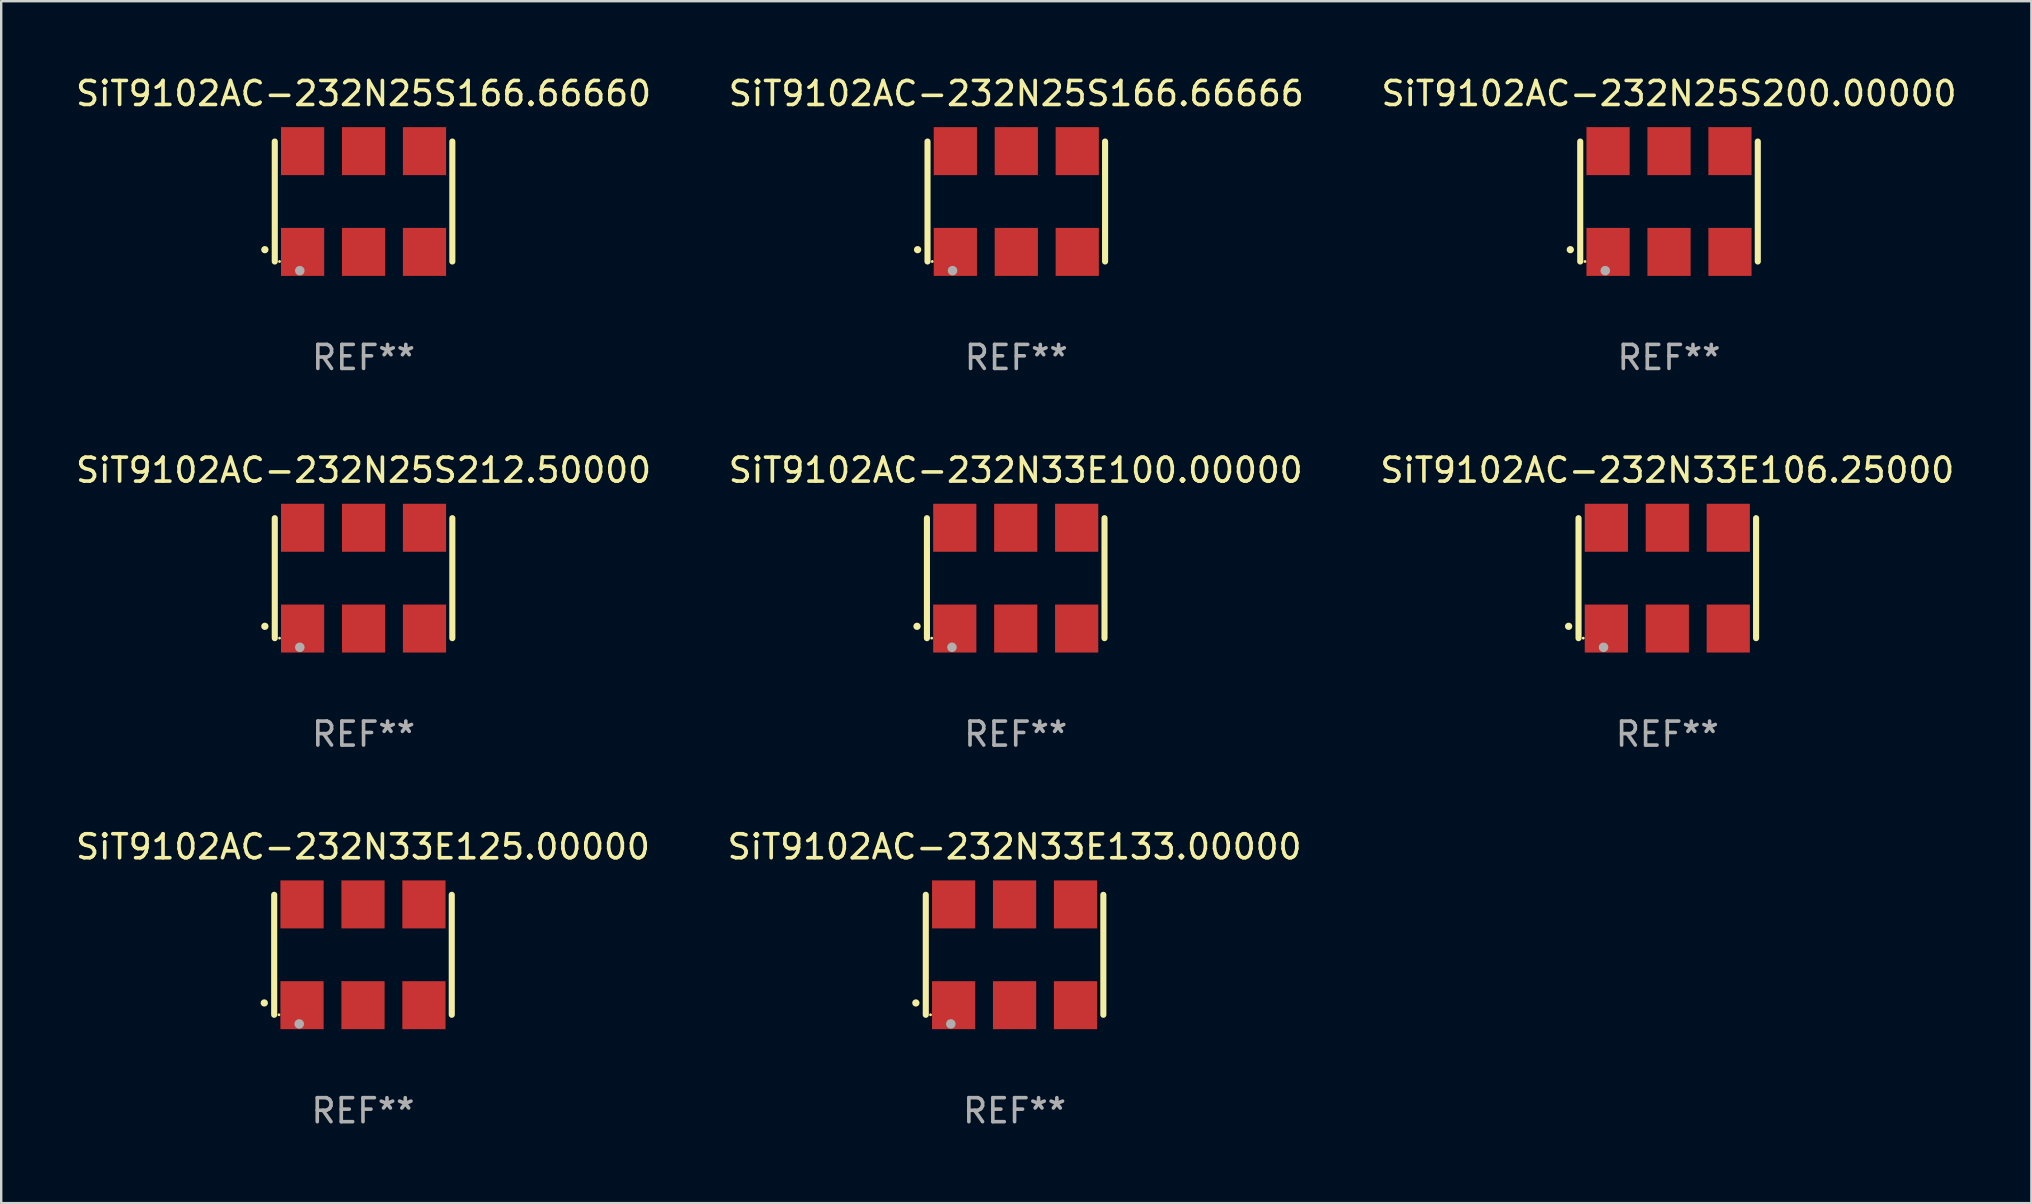
<source format=kicad_pcb>
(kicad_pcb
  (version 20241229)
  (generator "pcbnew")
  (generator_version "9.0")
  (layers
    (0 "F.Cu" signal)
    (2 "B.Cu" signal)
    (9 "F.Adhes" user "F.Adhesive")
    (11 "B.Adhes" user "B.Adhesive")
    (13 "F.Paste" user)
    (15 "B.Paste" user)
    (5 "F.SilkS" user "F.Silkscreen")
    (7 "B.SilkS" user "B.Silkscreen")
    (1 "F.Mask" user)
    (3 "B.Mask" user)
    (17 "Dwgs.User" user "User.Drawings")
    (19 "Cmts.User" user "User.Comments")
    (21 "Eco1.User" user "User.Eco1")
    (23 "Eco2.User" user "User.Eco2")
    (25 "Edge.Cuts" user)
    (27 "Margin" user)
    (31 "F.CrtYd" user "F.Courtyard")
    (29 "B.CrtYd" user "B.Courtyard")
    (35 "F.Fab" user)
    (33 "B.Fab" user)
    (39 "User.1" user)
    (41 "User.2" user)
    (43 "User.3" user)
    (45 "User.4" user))
  (footprint "SiT9102AC-232N33E125.00000"
    (layer "F.Cu")
    (at 12.077 36.741)
    (property "Reference" "SiT9102AC-232N33E125.00000" (at 0 -4.5 0) (layer "F.SilkS") (effects (font (size 1 1) (thickness 0.15))))
    (attr through_hole)
    (fp_line (start -3.7 -2.5) (end -3.7 2.5) (stroke (width 0.254) (type solid)) (layer "F.SilkS"))
    (fp_line (start 3.7 -2.5) (end 3.7 2.5) (stroke (width 0.254) (type solid)) (layer "F.SilkS"))
    (fp_arc (start -4.114415 2.006604) (mid -4.113145 2.006599) (end -4.111875 2.006604) (stroke (width 0.3) (type solid)) (layer "F.SilkS"))
    (fp_circle (center -3.502 2.5) (end -3.472 2.5) (stroke (width 0.06) (type solid)) (fill no) (layer "F.SilkS"))
    (fp_circle (center -2.657 2.882) (end -2.557 2.882) (stroke (width 0.2) (type solid)) (fill no) (layer "F.Fab"))
    (fp_text user "REF**" (at 0 6.5 0) (layer "F.Fab") (effects (font (size 1 1) (thickness 0.15))))
    (pad "1" smd rect (at -2.54 2.1) (size 1.8 2) (layers "F.Cu" "F.Mask" "F.Paste"))
    (pad "2" smd rect (at 0.000394 2.1) (size 1.8 2) (layers "F.Cu" "F.Mask" "F.Paste"))
    (pad "3" smd rect (at 2.54 2.1) (size 1.8 2) (layers "F.Cu" "F.Mask" "F.Paste"))
    (pad "4" smd rect (at 2.54 -2.1) (size 1.8 2) (layers "F.Cu" "F.Mask" "F.Paste"))
    (pad "5" smd rect (at 0.000394 -2.1) (size 1.8 2) (layers "F.Cu" "F.Mask" "F.Paste"))
    (pad "6" smd rect (at -2.54 -2.1) (size 1.8 2) (layers "F.Cu" "F.Mask" "F.Paste")))
  (footprint "SiT9102AC-232N33E100.00000"
    (layer "F.Cu")
    (at 39.28 21.045)
    (property "Reference" "SiT9102AC-232N33E100.00000" (at 0 -4.5 0) (layer "F.SilkS") (effects (font (size 1 1) (thickness 0.15))))
    (attr through_hole)
    (fp_line (start -3.7 -2.5) (end -3.7 2.5) (stroke (width 0.254) (type solid)) (layer "F.SilkS"))
    (fp_line (start 3.7 -2.5) (end 3.7 2.5) (stroke (width 0.254) (type solid)) (layer "F.SilkS"))
    (fp_arc (start -4.114415 2.006604) (mid -4.113145 2.006599) (end -4.111875 2.006604) (stroke (width 0.3) (type solid)) (layer "F.SilkS"))
    (fp_circle (center -3.502 2.5) (end -3.472 2.5) (stroke (width 0.06) (type solid)) (fill no) (layer "F.SilkS"))
    (fp_circle (center -2.657 2.882) (end -2.557 2.882) (stroke (width 0.2) (type solid)) (fill no) (layer "F.Fab"))
    (fp_text user "REF**" (at 0 6.5 0) (layer "F.Fab") (effects (font (size 1 1) (thickness 0.15))))
    (pad "1" smd rect (at -2.54 2.1) (size 1.8 2) (layers "F.Cu" "F.Mask" "F.Paste"))
    (pad "2" smd rect (at 0.000394 2.1) (size 1.8 2) (layers "F.Cu" "F.Mask" "F.Paste"))
    (pad "3" smd rect (at 2.54 2.1) (size 1.8 2) (layers "F.Cu" "F.Mask" "F.Paste"))
    (pad "4" smd rect (at 2.54 -2.1) (size 1.8 2) (layers "F.Cu" "F.Mask" "F.Paste"))
    (pad "5" smd rect (at 0.000394 -2.1) (size 1.8 2) (layers "F.Cu" "F.Mask" "F.Paste"))
    (pad "6" smd rect (at -2.54 -2.1) (size 1.8 2) (layers "F.Cu" "F.Mask" "F.Paste")))
  (footprint "SiT9102AC-232N25S166.66666"
    (layer "F.Cu")
    (at 39.304 5.348)
    (property "Reference" "SiT9102AC-232N25S166.66666" (at 0 -4.5 0) (layer "F.SilkS") (effects (font (size 1 1) (thickness 0.15))))
    (attr through_hole)
    (fp_line (start -3.7 -2.5) (end -3.7 2.5) (stroke (width 0.254) (type solid)) (layer "F.SilkS"))
    (fp_line (start 3.7 -2.5) (end 3.7 2.5) (stroke (width 0.254) (type solid)) (layer "F.SilkS"))
    (fp_arc (start -4.114415 2.006604) (mid -4.113145 2.006599) (end -4.111875 2.006604) (stroke (width 0.3) (type solid)) (layer "F.SilkS"))
    (fp_circle (center -3.502 2.5) (end -3.472 2.5) (stroke (width 0.06) (type solid)) (fill no) (layer "F.SilkS"))
    (fp_circle (center -2.657 2.882) (end -2.557 2.882) (stroke (width 0.2) (type solid)) (fill no) (layer "F.Fab"))
    (fp_text user "REF**" (at 0 6.5 0) (layer "F.Fab") (effects (font (size 1 1) (thickness 0.15))))
    (pad "1" smd rect (at -2.54 2.1) (size 1.8 2) (layers "F.Cu" "F.Mask" "F.Paste"))
    (pad "2" smd rect (at 0.000394 2.1) (size 1.8 2) (layers "F.Cu" "F.Mask" "F.Paste"))
    (pad "3" smd rect (at 2.54 2.1) (size 1.8 2) (layers "F.Cu" "F.Mask" "F.Paste"))
    (pad "4" smd rect (at 2.54 -2.1) (size 1.8 2) (layers "F.Cu" "F.Mask" "F.Paste"))
    (pad "5" smd rect (at 0.000394 -2.1) (size 1.8 2) (layers "F.Cu" "F.Mask" "F.Paste"))
    (pad "6" smd rect (at -2.54 -2.1) (size 1.8 2) (layers "F.Cu" "F.Mask" "F.Paste")))
  (footprint "SiT9102AC-232N25S212.50000"
    (layer "F.Cu")
    (at 12.101 21.045)
    (property "Reference" "SiT9102AC-232N25S212.50000" (at 0 -4.5 0) (layer "F.SilkS") (effects (font (size 1 1) (thickness 0.15))))
    (attr through_hole)
    (fp_line (start -3.7 -2.5) (end -3.7 2.5) (stroke (width 0.254) (type solid)) (layer "F.SilkS"))
    (fp_line (start 3.7 -2.5) (end 3.7 2.5) (stroke (width 0.254) (type solid)) (layer "F.SilkS"))
    (fp_arc (start -4.114415 2.006604) (mid -4.113145 2.006599) (end -4.111875 2.006604) (stroke (width 0.3) (type solid)) (layer "F.SilkS"))
    (fp_circle (center -3.502 2.5) (end -3.472 2.5) (stroke (width 0.06) (type solid)) (fill no) (layer "F.SilkS"))
    (fp_circle (center -2.657 2.882) (end -2.557 2.882) (stroke (width 0.2) (type solid)) (fill no) (layer "F.Fab"))
    (fp_text user "REF**" (at 0 6.5 0) (layer "F.Fab") (effects (font (size 1 1) (thickness 0.15))))
    (pad "1" smd rect (at -2.54 2.1) (size 1.8 2) (layers "F.Cu" "F.Mask" "F.Paste"))
    (pad "2" smd rect (at 0.000394 2.1) (size 1.8 2) (layers "F.Cu" "F.Mask" "F.Paste"))
    (pad "3" smd rect (at 2.54 2.1) (size 1.8 2) (layers "F.Cu" "F.Mask" "F.Paste"))
    (pad "4" smd rect (at 2.54 -2.1) (size 1.8 2) (layers "F.Cu" "F.Mask" "F.Paste"))
    (pad "5" smd rect (at 0.000394 -2.1) (size 1.8 2) (layers "F.Cu" "F.Mask" "F.Paste"))
    (pad "6" smd rect (at -2.54 -2.1) (size 1.8 2) (layers "F.Cu" "F.Mask" "F.Paste")))
  (footprint "SiT9102AC-232N33E133.00000"
    (layer "F.Cu")
    (at 39.232 36.741)
    (property "Reference" "SiT9102AC-232N33E133.00000" (at 0 -4.5 0) (layer "F.SilkS") (effects (font (size 1 1) (thickness 0.15))))
    (attr through_hole)
    (fp_line (start -3.7 -2.5) (end -3.7 2.5) (stroke (width 0.254) (type solid)) (layer "F.SilkS"))
    (fp_line (start 3.7 -2.5) (end 3.7 2.5) (stroke (width 0.254) (type solid)) (layer "F.SilkS"))
    (fp_arc (start -4.114415 2.006604) (mid -4.113145 2.006599) (end -4.111875 2.006604) (stroke (width 0.3) (type solid)) (layer "F.SilkS"))
    (fp_circle (center -3.502 2.5) (end -3.472 2.5) (stroke (width 0.06) (type solid)) (fill no) (layer "F.SilkS"))
    (fp_circle (center -2.657 2.882) (end -2.557 2.882) (stroke (width 0.2) (type solid)) (fill no) (layer "F.Fab"))
    (fp_text user "REF**" (at 0 6.5 0) (layer "F.Fab") (effects (font (size 1 1) (thickness 0.15))))
    (pad "1" smd rect (at -2.54 2.1) (size 1.8 2) (layers "F.Cu" "F.Mask" "F.Paste"))
    (pad "2" smd rect (at 0.000394 2.1) (size 1.8 2) (layers "F.Cu" "F.Mask" "F.Paste"))
    (pad "3" smd rect (at 2.54 2.1) (size 1.8 2) (layers "F.Cu" "F.Mask" "F.Paste"))
    (pad "4" smd rect (at 2.54 -2.1) (size 1.8 2) (layers "F.Cu" "F.Mask" "F.Paste"))
    (pad "5" smd rect (at 0.000394 -2.1) (size 1.8 2) (layers "F.Cu" "F.Mask" "F.Paste"))
    (pad "6" smd rect (at -2.54 -2.1) (size 1.8 2) (layers "F.Cu" "F.Mask" "F.Paste")))
  (footprint "SiT9102AC-232N25S200.00000"
    (layer "F.Cu")
    (at 66.506 5.348)
    (property "Reference" "SiT9102AC-232N25S200.00000" (at 0 -4.5 0) (layer "F.SilkS") (effects (font (size 1 1) (thickness 0.15))))
    (attr through_hole)
    (fp_line (start -3.7 -2.5) (end -3.7 2.5) (stroke (width 0.254) (type solid)) (layer "F.SilkS"))
    (fp_line (start 3.7 -2.5) (end 3.7 2.5) (stroke (width 0.254) (type solid)) (layer "F.SilkS"))
    (fp_arc (start -4.114415 2.006604) (mid -4.113145 2.006599) (end -4.111875 2.006604) (stroke (width 0.3) (type solid)) (layer "F.SilkS"))
    (fp_circle (center -3.502 2.5) (end -3.472 2.5) (stroke (width 0.06) (type solid)) (fill no) (layer "F.SilkS"))
    (fp_circle (center -2.657 2.882) (end -2.557 2.882) (stroke (width 0.2) (type solid)) (fill no) (layer "F.Fab"))
    (fp_text user "REF**" (at 0 6.5 0) (layer "F.Fab") (effects (font (size 1 1) (thickness 0.15))))
    (pad "1" smd rect (at -2.54 2.1) (size 1.8 2) (layers "F.Cu" "F.Mask" "F.Paste"))
    (pad "2" smd rect (at 0.000394 2.1) (size 1.8 2) (layers "F.Cu" "F.Mask" "F.Paste"))
    (pad "3" smd rect (at 2.54 2.1) (size 1.8 2) (layers "F.Cu" "F.Mask" "F.Paste"))
    (pad "4" smd rect (at 2.54 -2.1) (size 1.8 2) (layers "F.Cu" "F.Mask" "F.Paste"))
    (pad "5" smd rect (at 0.000394 -2.1) (size 1.8 2) (layers "F.Cu" "F.Mask" "F.Paste"))
    (pad "6" smd rect (at -2.54 -2.1) (size 1.8 2) (layers "F.Cu" "F.Mask" "F.Paste")))
  (footprint "SiT9102AC-232N25S166.66660"
    (layer "F.Cu")
    (at 12.101 5.348)
    (property "Reference" "SiT9102AC-232N25S166.66660" (at 0 -4.5 0) (layer "F.SilkS") (effects (font (size 1 1) (thickness 0.15))))
    (attr through_hole)
    (fp_line (start -3.7 -2.5) (end -3.7 2.5) (stroke (width 0.254) (type solid)) (layer "F.SilkS"))
    (fp_line (start 3.7 -2.5) (end 3.7 2.5) (stroke (width 0.254) (type solid)) (layer "F.SilkS"))
    (fp_arc (start -4.114415 2.006604) (mid -4.113145 2.006599) (end -4.111875 2.006604) (stroke (width 0.3) (type solid)) (layer "F.SilkS"))
    (fp_circle (center -3.502 2.5) (end -3.472 2.5) (stroke (width 0.06) (type solid)) (fill no) (layer "F.SilkS"))
    (fp_circle (center -2.657 2.882) (end -2.557 2.882) (stroke (width 0.2) (type solid)) (fill no) (layer "F.Fab"))
    (fp_text user "REF**" (at 0 6.5 0) (layer "F.Fab") (effects (font (size 1 1) (thickness 0.15))))
    (pad "1" smd rect (at -2.54 2.1) (size 1.8 2) (layers "F.Cu" "F.Mask" "F.Paste"))
    (pad "2" smd rect (at 0.000394 2.1) (size 1.8 2) (layers "F.Cu" "F.Mask" "F.Paste"))
    (pad "3" smd rect (at 2.54 2.1) (size 1.8 2) (layers "F.Cu" "F.Mask" "F.Paste"))
    (pad "4" smd rect (at 2.54 -2.1) (size 1.8 2) (layers "F.Cu" "F.Mask" "F.Paste"))
    (pad "5" smd rect (at 0.000394 -2.1) (size 1.8 2) (layers "F.Cu" "F.Mask" "F.Paste"))
    (pad "6" smd rect (at -2.54 -2.1) (size 1.8 2) (layers "F.Cu" "F.Mask" "F.Paste")))
  (footprint "SiT9102AC-232N33E106.25000"
    (layer "F.Cu")
    (at 66.435 21.045)
    (property "Reference" "SiT9102AC-232N33E106.25000" (at 0 -4.5 0) (layer "F.SilkS") (effects (font (size 1 1) (thickness 0.15))))
    (attr through_hole)
    (fp_line (start -3.7 -2.5) (end -3.7 2.5) (stroke (width 0.254) (type solid)) (layer "F.SilkS"))
    (fp_line (start 3.7 -2.5) (end 3.7 2.5) (stroke (width 0.254) (type solid)) (layer "F.SilkS"))
    (fp_arc (start -4.114415 2.006604) (mid -4.113145 2.006599) (end -4.111875 2.006604) (stroke (width 0.3) (type solid)) (layer "F.SilkS"))
    (fp_circle (center -3.502 2.5) (end -3.472 2.5) (stroke (width 0.06) (type solid)) (fill no) (layer "F.SilkS"))
    (fp_circle (center -2.657 2.882) (end -2.557 2.882) (stroke (width 0.2) (type solid)) (fill no) (layer "F.Fab"))
    (fp_text user "REF**" (at 0 6.5 0) (layer "F.Fab") (effects (font (size 1 1) (thickness 0.15))))
    (pad "1" smd rect (at -2.54 2.1) (size 1.8 2) (layers "F.Cu" "F.Mask" "F.Paste"))
    (pad "2" smd rect (at 0.000394 2.1) (size 1.8 2) (layers "F.Cu" "F.Mask" "F.Paste"))
    (pad "3" smd rect (at 2.54 2.1) (size 1.8 2) (layers "F.Cu" "F.Mask" "F.Paste"))
    (pad "4" smd rect (at 2.54 -2.1) (size 1.8 2) (layers "F.Cu" "F.Mask" "F.Paste"))
    (pad "5" smd rect (at 0.000394 -2.1) (size 1.8 2) (layers "F.Cu" "F.Mask" "F.Paste"))
    (pad "6" smd rect (at -2.54 -2.1) (size 1.8 2) (layers "F.Cu" "F.Mask" "F.Paste")))
  (gr_rect
    (start -3 -3)
    (end 81.607 47.09)
    (stroke (width 0.1) (type default))
    (fill no)
    (layer "Edge.Cuts")))
</source>
